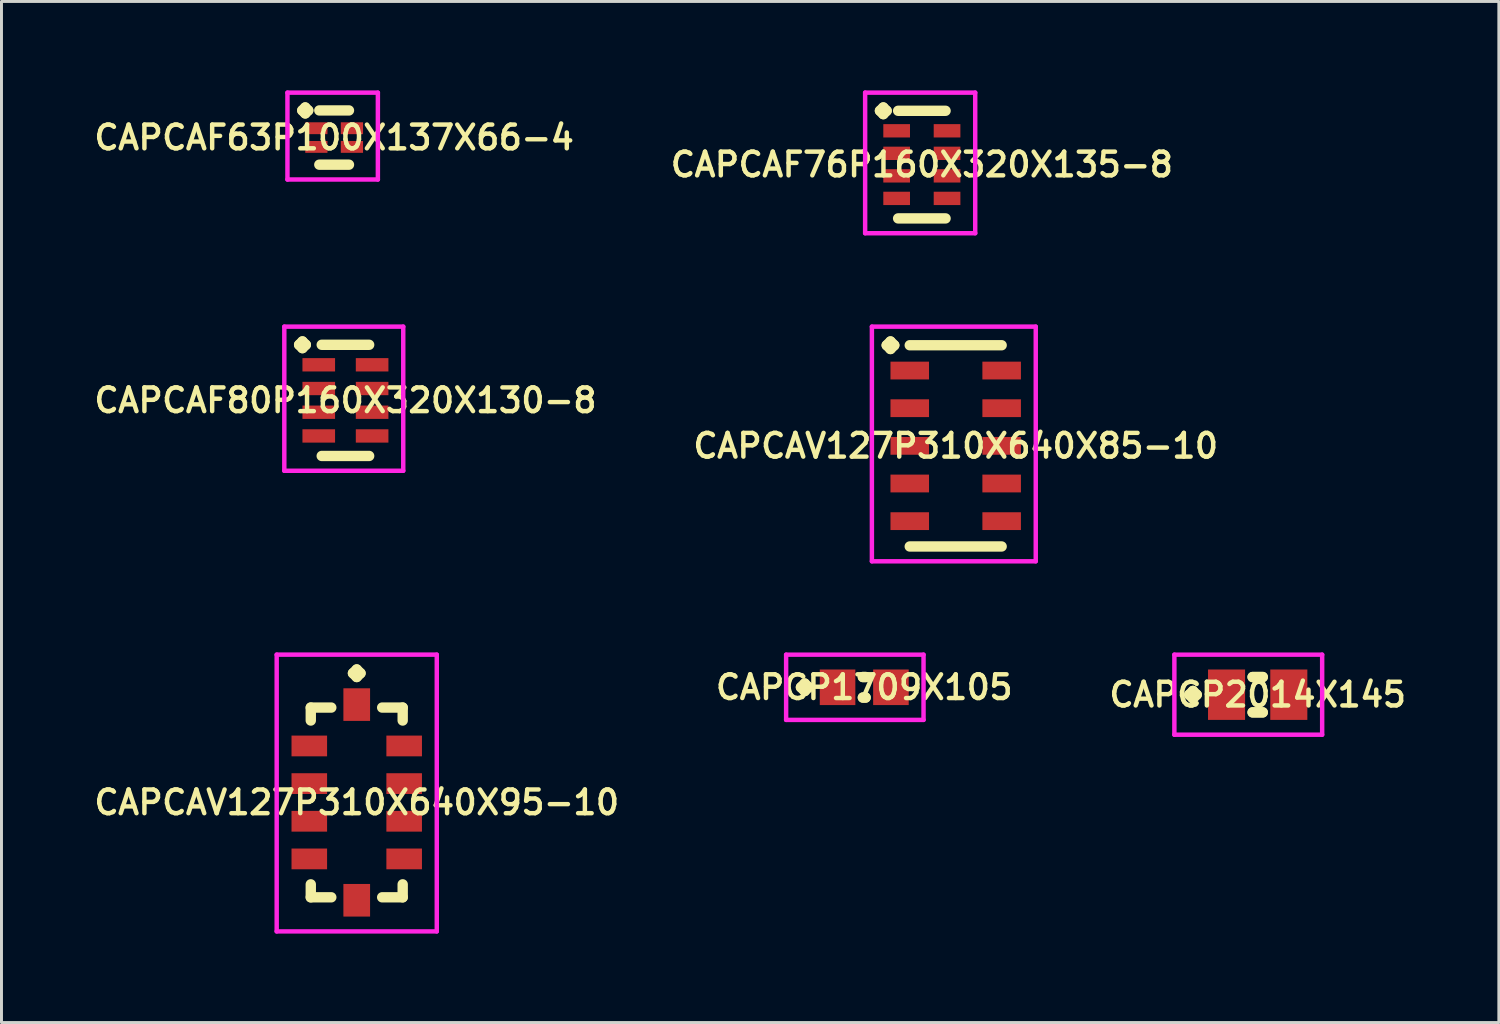
<source format=kicad_pcb>
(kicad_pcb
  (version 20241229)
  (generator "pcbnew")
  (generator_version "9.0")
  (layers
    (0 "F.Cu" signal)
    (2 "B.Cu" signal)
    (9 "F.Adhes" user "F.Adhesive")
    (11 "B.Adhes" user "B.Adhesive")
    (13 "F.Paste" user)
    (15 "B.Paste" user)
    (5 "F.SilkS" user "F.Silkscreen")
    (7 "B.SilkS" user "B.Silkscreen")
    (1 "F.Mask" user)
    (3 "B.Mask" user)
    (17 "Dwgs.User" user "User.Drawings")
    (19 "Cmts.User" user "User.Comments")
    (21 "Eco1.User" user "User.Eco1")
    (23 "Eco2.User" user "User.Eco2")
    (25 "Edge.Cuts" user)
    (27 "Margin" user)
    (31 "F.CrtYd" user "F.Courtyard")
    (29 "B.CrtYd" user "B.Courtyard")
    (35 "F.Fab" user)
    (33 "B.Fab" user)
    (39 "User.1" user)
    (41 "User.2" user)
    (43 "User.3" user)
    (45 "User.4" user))
  (footprint "CAPCP1709X105"
    (layer "F.Cu")
    (at 26.102 20.133)
    (property "Reference" "CAPCP1709X105" (at 0 0 0) (layer "F.SilkS") (effects (font (size 0.8 0.8) (thickness 0.15))))
    (attr through_hole)
    (fp_line (start -2.135 0) (end -2.008 -0.127) (stroke (width 0.35) (type solid)) (layer "F.SilkS"))
    (fp_line (start -2.008 -0.127) (end -1.881 0) (stroke (width 0.35) (type solid)) (layer "F.SilkS"))
    (fp_line (start -2.008 0.127) (end -2.135 0) (stroke (width 0.35) (type solid)) (layer "F.SilkS"))
    (fp_line (start -1.881 0) (end -2.008 0.127) (stroke (width 0.35) (type solid)) (layer "F.SilkS"))
    (fp_line (start -0.046 -0.346) (end 0.046 -0.346) (stroke (width 0.35) (type solid)) (layer "F.SilkS"))
    (fp_line (start -0.046 0.346) (end 0.046 0.346) (stroke (width 0.35) (type solid)) (layer "F.SilkS"))
    (fp_line (start 0.046 -0.346) (end -0.046 -0.346) (stroke (width 0.35) (type solid)) (layer "F.SilkS"))
    (fp_line (start 0.046 0.346) (end -0.046 0.346) (stroke (width 0.35) (type solid)) (layer "F.SilkS"))
    (fp_line (start -2.635 -1.1) (end 2 -1.1) (stroke (width 0.15) (type solid)) (layer "F.CrtYd"))
    (fp_line (start -2.635 1.1) (end -2.635 -1.1) (stroke (width 0.15) (type solid)) (layer "F.CrtYd"))
    (fp_line (start 2 -1.1) (end 2 1.1) (stroke (width 0.15) (type solid)) (layer "F.CrtYd"))
    (fp_line (start 2 1.1) (end -2.635 1.1) (stroke (width 0.15) (type solid)) (layer "F.CrtYd"))
    (pad "1" smd rect (at -0.9 0) (size 1.2 1.2) (layers "F.Cu" "F.Mask" "F.Paste"))
    (pad "2" smd rect (at 0.9 0) (size 1.2 1.2) (layers "F.Cu" "F.Mask" "F.Paste")))
  (footprint "CAPCAF63P100X137X66-4"
    (layer "F.Cu")
    (at 8.221 1.59)
    (property "Reference" "CAPCAF63P100X137X66-4" (at 0 0 0) (layer "F.SilkS") (effects (font (size 0.8 0.8) (thickness 0.15))))
    (attr through_hole)
    (fp_line (start -1.075 -0.915) (end -0.975 -1.015) (stroke (width 0.35) (type solid)) (layer "F.SilkS"))
    (fp_line (start -0.975 -1.015) (end -0.875 -0.915) (stroke (width 0.35) (type solid)) (layer "F.SilkS"))
    (fp_line (start -0.975 -0.815) (end -1.075 -0.915) (stroke (width 0.35) (type solid)) (layer "F.SilkS"))
    (fp_line (start -0.875 -0.915) (end -0.975 -0.815) (stroke (width 0.35) (type solid)) (layer "F.SilkS"))
    (fp_line (start -0.5 -0.915) (end 0.5 -0.915) (stroke (width 0.35) (type solid)) (layer "F.SilkS"))
    (fp_line (start -0.5 0.915) (end 0.5 0.915) (stroke (width 0.35) (type solid)) (layer "F.SilkS"))
    (fp_line (start -1.575 -1.515) (end 1.475 -1.515) (stroke (width 0.15) (type solid)) (layer "F.CrtYd"))
    (fp_line (start -1.575 1.415) (end -1.575 -1.515) (stroke (width 0.15) (type solid)) (layer "F.CrtYd"))
    (fp_line (start 1.475 -1.515) (end 1.475 1.415) (stroke (width 0.15) (type solid)) (layer "F.CrtYd"))
    (fp_line (start 1.475 1.415) (end -1.575 1.415) (stroke (width 0.15) (type solid)) (layer "F.CrtYd"))
    (pad "1" smd rect (at -0.6 -0.315) (size 0.75 0.4) (layers "F.Cu" "F.Mask" "F.Paste"))
    (pad "2" smd rect (at -0.6 0.315) (size 0.75 0.4) (layers "F.Cu" "F.Mask" "F.Paste"))
    (pad "3" smd rect (at 0.6 0.315) (size 0.75 0.4) (layers "F.Cu" "F.Mask" "F.Paste"))
    (pad "4" smd rect (at 0.6 -0.315) (size 0.75 0.4) (layers "F.Cu" "F.Mask" "F.Paste")))
  (footprint "CAPCAF80P160X320X130-8"
    (layer "F.Cu")
    (at 8.602 10.455)
    (property "Reference" "CAPCAF80P160X320X130-8" (at 0 0 0) (layer "F.SilkS") (effects (font (size 0.8 0.8) (thickness 0.15))))
    (attr smd)
    (fp_line (start -1.562 -1.875) (end -1.45 -1.988) (stroke (width 0.35) (type solid)) (layer "F.SilkS"))
    (fp_line (start -1.45 -1.988) (end -1.337 -1.875) (stroke (width 0.35) (type solid)) (layer "F.SilkS"))
    (fp_line (start -1.45 -1.762) (end -1.562 -1.875) (stroke (width 0.35) (type solid)) (layer "F.SilkS"))
    (fp_line (start -1.337 -1.875) (end -1.45 -1.762) (stroke (width 0.35) (type solid)) (layer "F.SilkS"))
    (fp_line (start -0.8 -1.875) (end 0.8 -1.875) (stroke (width 0.35) (type solid)) (layer "F.SilkS"))
    (fp_line (start -0.8 1.875) (end 0.8 1.875) (stroke (width 0.35) (type solid)) (layer "F.SilkS"))
    (fp_line (start -2.062 -2.487) (end 1.95 -2.487) (stroke (width 0.15) (type solid)) (layer "F.CrtYd"))
    (fp_line (start -2.062 2.375) (end -2.062 -2.487) (stroke (width 0.15) (type solid)) (layer "F.CrtYd"))
    (fp_line (start 1.95 -2.487) (end 1.95 2.375) (stroke (width 0.15) (type solid)) (layer "F.CrtYd"))
    (fp_line (start 1.95 2.375) (end -2.062 2.375) (stroke (width 0.15) (type solid)) (layer "F.CrtYd"))
    (pad "1" smd rect (at -0.9 -1.2) (size 1.1 0.45) (layers "F.Cu" "F.Mask" "F.Paste"))
    (pad "2" smd rect (at -0.9 -0.4) (size 1.1 0.45) (layers "F.Cu" "F.Mask" "F.Paste"))
    (pad "3" smd rect (at -0.9 0.4) (size 1.1 0.45) (layers "F.Cu" "F.Mask" "F.Paste"))
    (pad "4" smd rect (at -0.9 1.2) (size 1.1 0.45) (layers "F.Cu" "F.Mask" "F.Paste"))
    (pad "5" smd rect (at 0.9 1.2) (size 1.1 0.45) (layers "F.Cu" "F.Mask" "F.Paste"))
    (pad "6" smd rect (at 0.9 0.4) (size 1.1 0.45) (layers "F.Cu" "F.Mask" "F.Paste"))
    (pad "7" smd rect (at 0.9 -0.4) (size 1.1 0.45) (layers "F.Cu" "F.Mask" "F.Paste"))
    (pad "8" smd rect (at 0.9 -1.2) (size 1.1 0.45) (layers "F.Cu" "F.Mask" "F.Paste")))
  (footprint "CAPCAV127P310X640X95-10"
    (layer "F.Cu")
    (at 8.983 24.017)
    (property "Reference" "CAPCAV127P310X640X95-10" (at 0 0 0) (layer "F.SilkS") (effects (font (size 0.8 0.8) (thickness 0.15))))
    (attr through_hole)
    (fp_line (start -1.55 -3.2) (end -0.858 -3.2) (stroke (width 0.35) (type solid)) (layer "F.SilkS"))
    (fp_line (start -1.55 -2.763) (end -1.55 -3.2) (stroke (width 0.35) (type solid)) (layer "F.SilkS"))
    (fp_line (start -1.55 2.763) (end -1.55 3.2) (stroke (width 0.35) (type solid)) (layer "F.SilkS"))
    (fp_line (start -1.55 3.2) (end -0.858 3.2) (stroke (width 0.35) (type solid)) (layer "F.SilkS"))
    (fp_line (start -0.127 -4.358) (end 0 -4.485) (stroke (width 0.35) (type solid)) (layer "F.SilkS"))
    (fp_line (start 0 -4.485) (end 0.127 -4.358) (stroke (width 0.35) (type solid)) (layer "F.SilkS"))
    (fp_line (start 0 -4.231) (end -0.127 -4.358) (stroke (width 0.35) (type solid)) (layer "F.SilkS"))
    (fp_line (start 0.127 -4.358) (end 0 -4.231) (stroke (width 0.35) (type solid)) (layer "F.SilkS"))
    (fp_line (start 1.55 -3.2) (end 0.858 -3.2) (stroke (width 0.35) (type solid)) (layer "F.SilkS"))
    (fp_line (start 1.55 -2.763) (end 1.55 -3.2) (stroke (width 0.35) (type solid)) (layer "F.SilkS"))
    (fp_line (start 1.55 2.763) (end 1.55 3.2) (stroke (width 0.35) (type solid)) (layer "F.SilkS"))
    (fp_line (start 1.55 3.2) (end 0.858 3.2) (stroke (width 0.35) (type solid)) (layer "F.SilkS"))
    (fp_line (start -2.7 -4.985) (end 2.7 -4.985) (stroke (width 0.15) (type solid)) (layer "F.CrtYd"))
    (fp_line (start -2.7 4.35) (end -2.7 -4.985) (stroke (width 0.15) (type solid)) (layer "F.CrtYd"))
    (fp_line (start 2.7 -4.985) (end 2.7 4.35) (stroke (width 0.15) (type solid)) (layer "F.CrtYd"))
    (fp_line (start 2.7 4.35) (end -2.7 4.35) (stroke (width 0.15) (type solid)) (layer "F.CrtYd"))
    (pad "1" smd rect (at 0 -3.3) (size 0.9 1.1) (layers "F.Cu" "F.Mask" "F.Paste"))
    (pad "2" smd rect (at -1.6 -1.905) (size 1.2 0.7) (layers "F.Cu" "F.Mask" "F.Paste"))
    (pad "3" smd rect (at -1.6 -0.635) (size 1.2 0.7) (layers "F.Cu" "F.Mask" "F.Paste"))
    (pad "4" smd rect (at -1.6 0.635) (size 1.2 0.7) (layers "F.Cu" "F.Mask" "F.Paste"))
    (pad "5" smd rect (at -1.6 1.905) (size 1.2 0.7) (layers "F.Cu" "F.Mask" "F.Paste"))
    (pad "6" smd rect (at 0 3.3) (size 0.9 1.1) (layers "F.Cu" "F.Mask" "F.Paste"))
    (pad "7" smd rect (at 1.6 1.905) (size 1.2 0.7) (layers "F.Cu" "F.Mask" "F.Paste"))
    (pad "8" smd rect (at 1.6 0.635) (size 1.2 0.7) (layers "F.Cu" "F.Mask" "F.Paste"))
    (pad "9" smd rect (at 1.6 -0.635) (size 1.2 0.7) (layers "F.Cu" "F.Mask" "F.Paste"))
    (pad "10" smd rect (at 1.6 -1.905) (size 1.2 0.7) (layers "F.Cu" "F.Mask" "F.Paste")))
  (footprint "CAPCAF76P160X320X135-8"
    (layer "F.Cu")
    (at 28.045 2.502)
    (property "Reference" "CAPCAF76P160X320X135-8" (at 0 0 0) (layer "F.SilkS") (effects (font (size 0.8 0.8) (thickness 0.15))))
    (attr through_hole)
    (fp_line (start -1.413 -1.815) (end -1.3 -1.927) (stroke (width 0.35) (type solid)) (layer "F.SilkS"))
    (fp_line (start -1.3 -1.927) (end -1.188 -1.815) (stroke (width 0.35) (type solid)) (layer "F.SilkS"))
    (fp_line (start -1.3 -1.702) (end -1.413 -1.815) (stroke (width 0.35) (type solid)) (layer "F.SilkS"))
    (fp_line (start -1.188 -1.815) (end -1.3 -1.702) (stroke (width 0.35) (type solid)) (layer "F.SilkS"))
    (fp_line (start -0.8 -1.815) (end 0.8 -1.815) (stroke (width 0.35) (type solid)) (layer "F.SilkS"))
    (fp_line (start -0.8 1.815) (end 0.8 1.815) (stroke (width 0.35) (type solid)) (layer "F.SilkS"))
    (fp_line (start -1.913 -2.428) (end 1.8 -2.428) (stroke (width 0.15) (type solid)) (layer "F.CrtYd"))
    (fp_line (start -1.913 2.315) (end -1.913 -2.428) (stroke (width 0.15) (type solid)) (layer "F.CrtYd"))
    (fp_line (start 1.8 -2.428) (end 1.8 2.315) (stroke (width 0.15) (type solid)) (layer "F.CrtYd"))
    (fp_line (start 1.8 2.315) (end -1.913 2.315) (stroke (width 0.15) (type solid)) (layer "F.CrtYd"))
    (pad "1" smd rect (at -0.85 -1.14) (size 0.9 0.45) (layers "F.Cu" "F.Mask" "F.Paste"))
    (pad "2" smd rect (at -0.85 -0.38) (size 0.9 0.45) (layers "F.Cu" "F.Mask" "F.Paste"))
    (pad "3" smd rect (at -0.85 0.38) (size 0.9 0.45) (layers "F.Cu" "F.Mask" "F.Paste"))
    (pad "4" smd rect (at -0.85 1.14) (size 0.9 0.45) (layers "F.Cu" "F.Mask" "F.Paste"))
    (pad "5" smd rect (at 0.85 1.14) (size 0.9 0.45) (layers "F.Cu" "F.Mask" "F.Paste"))
    (pad "6" smd rect (at 0.85 0.38) (size 0.9 0.45) (layers "F.Cu" "F.Mask" "F.Paste"))
    (pad "7" smd rect (at 0.85 -0.38) (size 0.9 0.45) (layers "F.Cu" "F.Mask" "F.Paste"))
    (pad "8" smd rect (at 0.85 -1.14) (size 0.9 0.45) (layers "F.Cu" "F.Mask" "F.Paste")))
  (footprint "CAPCP2014X145"
    (layer "F.Cu")
    (at 39.373 20.383)
    (property "Reference" "CAPCP2014X145" (at 0 0 0) (layer "F.SilkS") (effects (font (size 0.8 0.8) (thickness 0.15))))
    (attr smd)
    (fp_line (start -2.31 0) (end -2.183 -0.127) (stroke (width 0.35) (type solid)) (layer "F.SilkS"))
    (fp_line (start -2.183 -0.127) (end -2.056 0) (stroke (width 0.35) (type solid)) (layer "F.SilkS"))
    (fp_line (start -2.183 0.127) (end -2.31 0) (stroke (width 0.35) (type solid)) (layer "F.SilkS"))
    (fp_line (start -2.056 0) (end -2.183 0.127) (stroke (width 0.35) (type solid)) (layer "F.SilkS"))
    (fp_line (start -0.171 -0.596) (end 0.171 -0.596) (stroke (width 0.35) (type solid)) (layer "F.SilkS"))
    (fp_line (start -0.171 0.596) (end 0.171 0.596) (stroke (width 0.35) (type solid)) (layer "F.SilkS"))
    (fp_line (start 0.171 -0.596) (end -0.171 -0.596) (stroke (width 0.35) (type solid)) (layer "F.SilkS"))
    (fp_line (start 0.171 0.596) (end -0.171 0.596) (stroke (width 0.35) (type solid)) (layer "F.SilkS"))
    (fp_line (start -2.81 -1.35) (end 2.175 -1.35) (stroke (width 0.15) (type solid)) (layer "F.CrtYd"))
    (fp_line (start -2.81 1.35) (end -2.81 -1.35) (stroke (width 0.15) (type solid)) (layer "F.CrtYd"))
    (fp_line (start 2.175 -1.35) (end 2.175 1.35) (stroke (width 0.15) (type solid)) (layer "F.CrtYd"))
    (fp_line (start 2.175 1.35) (end -2.81 1.35) (stroke (width 0.15) (type solid)) (layer "F.CrtYd"))
    (pad "1" smd rect (at -1.05 0) (size 1.25 1.7) (layers "F.Cu" "F.Mask" "F.Paste"))
    (pad "2" smd rect (at 1.05 0) (size 1.25 1.7) (layers "F.Cu" "F.Mask" "F.Paste")))
  (footprint "CAPCAV127P310X640X85-10"
    (layer "F.Cu")
    (at 29.187 11.989)
    (property "Reference" "CAPCAV127P310X640X85-10" (at 0 0 0) (layer "F.SilkS") (effects (font (size 0.8 0.8) (thickness 0.15))))
    (attr smd)
    (fp_line (start -2.327 -3.394) (end -2.2 -3.521) (stroke (width 0.35) (type solid)) (layer "F.SilkS"))
    (fp_line (start -2.2 -3.521) (end -2.073 -3.394) (stroke (width 0.35) (type solid)) (layer "F.SilkS"))
    (fp_line (start -2.2 -3.267) (end -2.327 -3.394) (stroke (width 0.35) (type solid)) (layer "F.SilkS"))
    (fp_line (start -2.073 -3.394) (end -2.2 -3.267) (stroke (width 0.35) (type solid)) (layer "F.SilkS"))
    (fp_line (start -1.55 -3.394) (end 1.55 -3.394) (stroke (width 0.35) (type solid)) (layer "F.SilkS"))
    (fp_line (start -1.55 3.394) (end 1.55 3.394) (stroke (width 0.35) (type solid)) (layer "F.SilkS"))
    (fp_line (start -2.827 -4.021) (end 2.7 -4.021) (stroke (width 0.15) (type solid)) (layer "F.CrtYd"))
    (fp_line (start -2.827 3.894) (end -2.827 -4.021) (stroke (width 0.15) (type solid)) (layer "F.CrtYd"))
    (fp_line (start 2.7 -4.021) (end 2.7 3.894) (stroke (width 0.15) (type solid)) (layer "F.CrtYd"))
    (fp_line (start 2.7 3.894) (end -2.827 3.894) (stroke (width 0.15) (type solid)) (layer "F.CrtYd"))
    (pad "1" smd rect (at -1.55 -2.54) (size 1.3 0.6) (layers "F.Cu" "F.Mask" "F.Paste"))
    (pad "2" smd rect (at -1.55 -1.27) (size 1.3 0.6) (layers "F.Cu" "F.Mask" "F.Paste"))
    (pad "3" smd rect (at -1.55 0) (size 1.3 0.6) (layers "F.Cu" "F.Mask" "F.Paste"))
    (pad "4" smd rect (at -1.55 1.27) (size 1.3 0.6) (layers "F.Cu" "F.Mask" "F.Paste"))
    (pad "5" smd rect (at -1.55 2.54) (size 1.3 0.6) (layers "F.Cu" "F.Mask" "F.Paste"))
    (pad "6" smd rect (at 1.55 2.54) (size 1.3 0.6) (layers "F.Cu" "F.Mask" "F.Paste"))
    (pad "7" smd rect (at 1.55 1.27) (size 1.3 0.6) (layers "F.Cu" "F.Mask" "F.Paste"))
    (pad "8" smd rect (at 1.55 0) (size 1.3 0.6) (layers "F.Cu" "F.Mask" "F.Paste"))
    (pad "9" smd rect (at 1.55 -1.27) (size 1.3 0.6) (layers "F.Cu" "F.Mask" "F.Paste"))
    (pad "10" smd rect (at 1.55 -2.54) (size 1.3 0.6) (layers "F.Cu" "F.Mask" "F.Paste")))
  (gr_rect
    (start -3 -3)
    (end 47.508 31.442)
    (stroke (width 0.1) (type default))
    (fill no)
    (layer "Edge.Cuts")))
</source>
